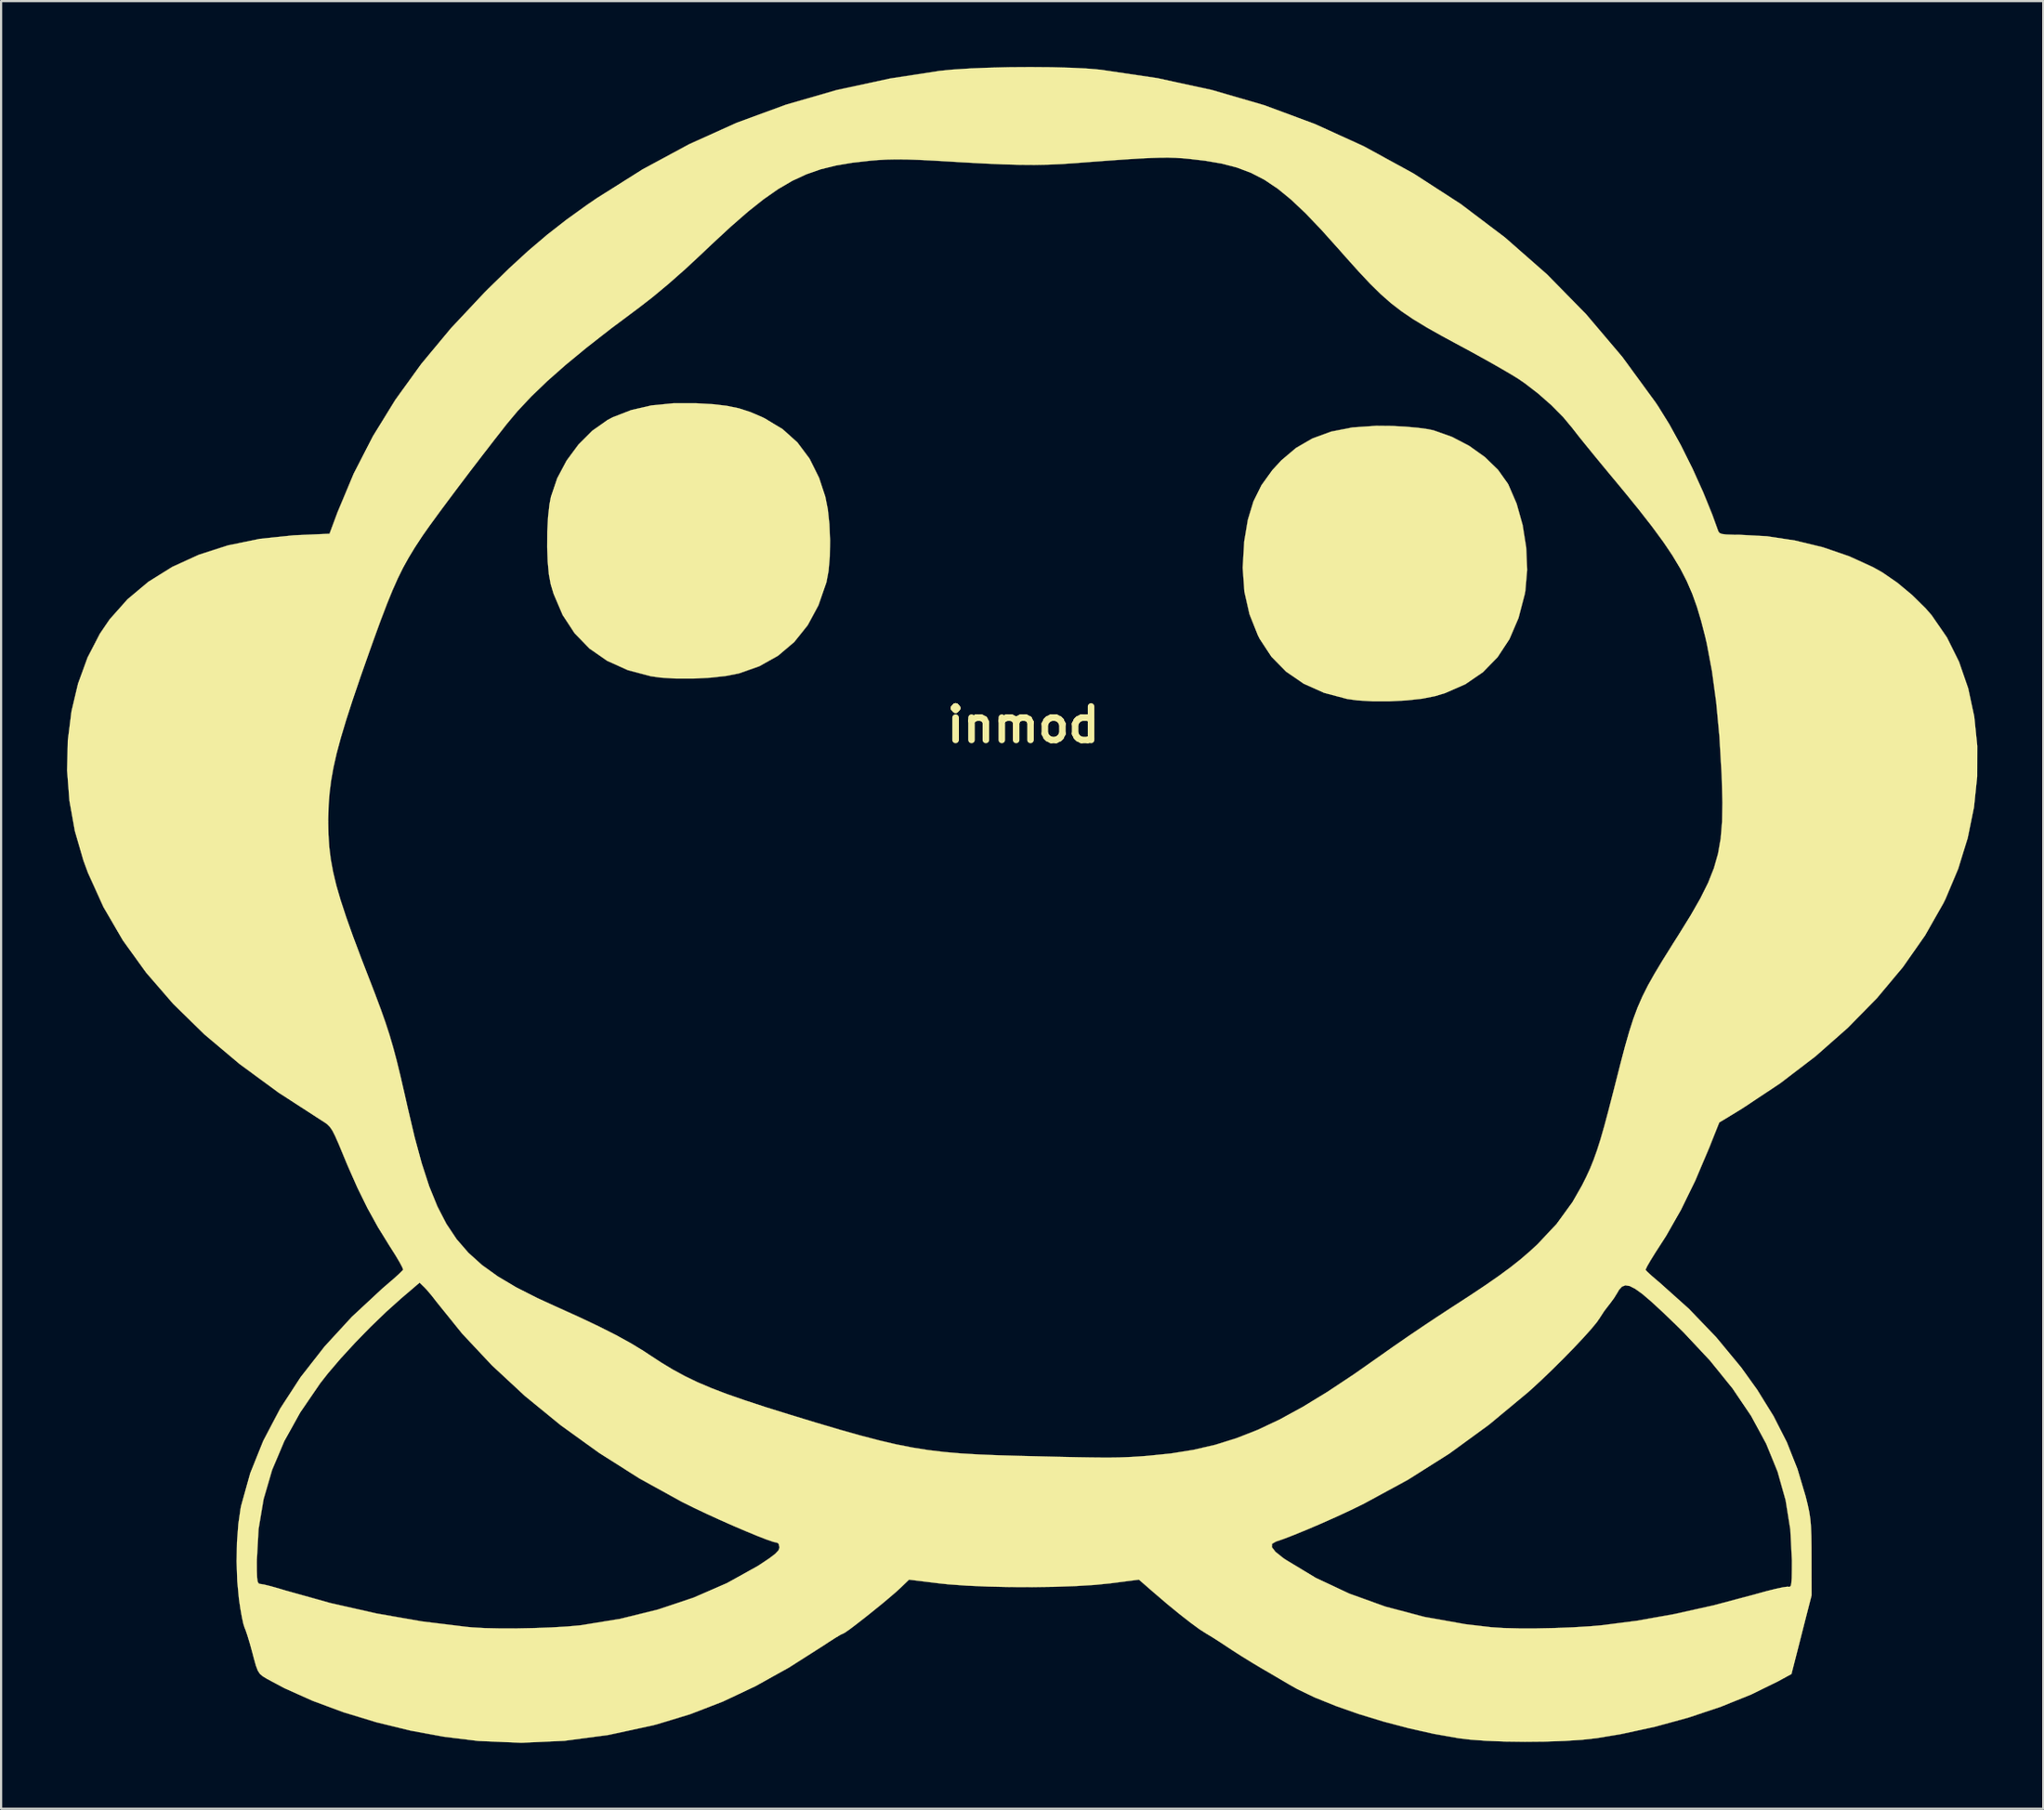
<source format=kicad_pcb>
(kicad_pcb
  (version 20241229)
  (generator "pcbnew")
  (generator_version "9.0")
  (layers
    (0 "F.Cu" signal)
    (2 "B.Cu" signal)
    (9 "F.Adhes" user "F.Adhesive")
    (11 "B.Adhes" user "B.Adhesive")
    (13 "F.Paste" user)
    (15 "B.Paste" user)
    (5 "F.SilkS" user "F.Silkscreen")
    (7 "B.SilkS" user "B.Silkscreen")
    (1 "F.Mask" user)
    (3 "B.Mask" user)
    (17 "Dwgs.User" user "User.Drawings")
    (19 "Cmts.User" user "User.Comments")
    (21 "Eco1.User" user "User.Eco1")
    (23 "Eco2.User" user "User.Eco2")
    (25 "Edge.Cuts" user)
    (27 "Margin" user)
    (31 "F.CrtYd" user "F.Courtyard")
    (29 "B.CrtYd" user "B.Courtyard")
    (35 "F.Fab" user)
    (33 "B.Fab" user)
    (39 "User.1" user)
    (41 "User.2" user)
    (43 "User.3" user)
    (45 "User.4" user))
  (footprint "inmod"
    (layer "F.Cu")
    (at 43.543 29.964)
    (property "Reference" "inmod" (at 0 0 0) (layer "F.SilkS") (effects (font (size 1.524 1.524) (thickness 0.3))))
    (attr through_hole)
    (fp_poly (pts (xy 16.792 -13.613) (xy 17.402 -13.58) (xy 17.961 -13.53) (xy 18.421 -13.467) (xy 18.674 -13.414) (xy 19.516 -13.116) (xy 20.309 -12.701) (xy 21.019 -12.193) (xy 21.612 -11.616) (xy 22.054 -10.996) (xy 22.087 -10.937) (xy 22.461 -10.072) (xy 22.733 -9.1) (xy 22.895 -8.077) (xy 22.939 -7.057) (xy 22.856 -6.097) (xy 22.832 -5.961) (xy 22.546 -4.862) (xy 22.133 -3.901) (xy 21.593 -3.08) (xy 20.925 -2.396) (xy 20.13 -1.851) (xy 19.207 -1.445) (xy 18.75 -1.307) (xy 18.16 -1.19) (xy 17.447 -1.111) (xy 16.675 -1.07) (xy 15.906 -1.07) (xy 15.204 -1.113) (xy 14.746 -1.177) (xy 13.692 -1.457) (xy 12.763 -1.874) (xy 11.963 -2.423) (xy 11.295 -3.104) (xy 10.763 -3.913) (xy 10.682 -4.073) (xy 10.297 -5.04) (xy 10.067 -6.06) (xy 9.989 -7.153) (xy 10.058 -8.345) (xy 10.061 -8.368) (xy 10.223 -9.337) (xy 10.478 -10.173) (xy 10.843 -10.914) (xy 11.336 -11.599) (xy 11.752 -12.05) (xy 12.416 -12.611) (xy 13.165 -13.044) (xy 14.014 -13.354) (xy 14.979 -13.544) (xy 16.075 -13.62) (xy 16.792 -13.613)) (stroke (width 0.01) (type solid)) (fill yes) (layer "F.SilkS"))
    (fp_poly (pts (xy -14.138 -14.603) (xy -13.5 -14.529) (xy -12.947 -14.415) (xy -12.428 -14.247) (xy -11.89 -14.015) (xy -11.778 -13.961) (xy -10.968 -13.474) (xy -10.289 -12.865) (xy -9.734 -12.125) (xy -9.297 -11.245) (xy -9.017 -10.395) (xy -8.902 -9.817) (xy -8.829 -9.131) (xy -8.799 -8.396) (xy -8.811 -7.669) (xy -8.868 -7.01) (xy -8.965 -6.491) (xy -9.327 -5.446) (xy -9.815 -4.54) (xy -10.428 -3.774) (xy -11.164 -3.149) (xy -12.022 -2.667) (xy -12.953 -2.341) (xy -13.543 -2.225) (xy -14.256 -2.145) (xy -15.028 -2.105) (xy -15.797 -2.105) (xy -16.499 -2.148) (xy -16.957 -2.212) (xy -18.016 -2.494) (xy -18.949 -2.915) (xy -19.754 -3.474) (xy -20.429 -4.169) (xy -20.974 -4.999) (xy -21.386 -5.962) (xy -21.517 -6.397) (xy -21.601 -6.849) (xy -21.655 -7.433) (xy -21.679 -8.097) (xy -21.674 -8.787) (xy -21.64 -9.45) (xy -21.576 -10.033) (xy -21.509 -10.385) (xy -21.223 -11.229) (xy -20.795 -12.035) (xy -20.253 -12.768) (xy -19.624 -13.396) (xy -18.934 -13.883) (xy -18.687 -14.012) (xy -17.852 -14.336) (xy -16.938 -14.546) (xy -15.919 -14.646) (xy -14.911 -14.646) (xy -14.138 -14.603)) (stroke (width 0.01) (type solid)) (fill yes) (layer "F.SilkS"))
    (fp_poly (pts (xy 1.251 -29.952) (xy 2.117 -29.93) (xy 2.88 -29.893) (xy 3.499 -29.84) (xy 3.528 -29.837) (xy 6.108 -29.453) (xy 8.586 -28.915) (xy 10.97 -28.222) (xy 13.269 -27.369) (xy 15.495 -26.355) (xy 15.519 -26.343) (xy 17.769 -25.111) (xy 19.909 -23.727) (xy 21.933 -22.196) (xy 23.839 -20.522) (xy 25.619 -18.708) (xy 27.271 -16.76) (xy 28.789 -14.681) (xy 28.908 -14.504) (xy 29.418 -13.681) (xy 29.943 -12.726) (xy 30.461 -11.687) (xy 30.945 -10.617) (xy 31.373 -9.564) (xy 31.642 -8.819) (xy 31.692 -8.742) (xy 31.803 -8.693) (xy 32.011 -8.667) (xy 32.353 -8.656) (xy 32.605 -8.655) (xy 33.858 -8.588) (xy 35.138 -8.395) (xy 36.401 -8.088) (xy 37.6 -7.678) (xy 38.691 -7.179) (xy 39.105 -6.946) (xy 39.781 -6.483) (xy 40.464 -5.916) (xy 41.079 -5.31) (xy 41.36 -4.986) (xy 42.052 -3.982) (xy 42.606 -2.867) (xy 43.022 -1.658) (xy 43.298 -0.374) (xy 43.435 0.967) (xy 43.431 2.348) (xy 43.286 3.752) (xy 42.998 5.159) (xy 42.568 6.553) (xy 41.995 7.915) (xy 41.89 8.129) (xy 41.056 9.597) (xy 40.046 11.04) (xy 38.869 12.446) (xy 37.538 13.804) (xy 36.063 15.104) (xy 34.454 16.334) (xy 32.723 17.483) (xy 32.471 17.638) (xy 31.687 18.113) (xy 31.239 19.24) (xy 30.597 20.755) (xy 29.943 22.095) (xy 29.271 23.274) (xy 29.025 23.658) (xy 28.766 24.058) (xy 28.553 24.404) (xy 28.403 24.665) (xy 28.335 24.81) (xy 28.333 24.827) (xy 28.415 24.918) (xy 28.608 25.095) (xy 28.874 25.324) (xy 28.975 25.408) (xy 30.299 26.594) (xy 31.549 27.896) (xy 32.683 29.267) (xy 33.411 30.282) (xy 34.16 31.49) (xy 34.763 32.675) (xy 35.246 33.892) (xy 35.618 35.137) (xy 35.714 35.525) (xy 35.784 35.857) (xy 35.832 36.175) (xy 35.862 36.525) (xy 35.879 36.948) (xy 35.886 37.489) (xy 35.887 37.912) (xy 35.889 39.652) (xy 35.432 41.443) (xy 34.975 43.235) (xy 34.35 43.575) (xy 33.134 44.171) (xy 31.771 44.721) (xy 30.301 45.214) (xy 28.763 45.636) (xy 27.196 45.975) (xy 26.106 46.157) (xy 25.439 46.231) (xy 24.642 46.283) (xy 23.759 46.314) (xy 22.838 46.323) (xy 21.927 46.311) (xy 21.071 46.277) (xy 20.317 46.221) (xy 19.821 46.16) (xy 18.698 45.961) (xy 17.544 45.703) (xy 16.391 45.398) (xy 15.273 45.057) (xy 14.225 44.689) (xy 13.279 44.307) (xy 12.47 43.919) (xy 12.115 43.719) (xy 11.883 43.582) (xy 11.542 43.382) (xy 11.146 43.15) (xy 10.892 43.002) (xy 10.433 42.729) (xy 9.946 42.428) (xy 9.508 42.149) (xy 9.348 42.042) (xy 8.988 41.804) (xy 8.64 41.582) (xy 8.369 41.417) (xy 8.327 41.393) (xy 8.024 41.198) (xy 7.61 40.895) (xy 7.11 40.504) (xy 6.549 40.045) (xy 5.955 39.537) (xy 5.948 39.531) (xy 5.264 38.936) (xy 3.973 39.103) (xy 3.259 39.175) (xy 2.4 39.228) (xy 1.439 39.262) (xy 0.419 39.277) (xy -0.619 39.273) (xy -1.63 39.251) (xy -2.574 39.21) (xy -3.407 39.15) (xy -3.848 39.103) (xy -5.204 38.936) (xy -5.589 39.309) (xy -5.809 39.509) (xy -6.115 39.772) (xy -6.476 40.073) (xy -6.866 40.389) (xy -7.253 40.697) (xy -7.61 40.975) (xy -7.907 41.199) (xy -8.116 41.345) (xy -8.204 41.393) (xy -8.312 41.442) (xy -8.538 41.576) (xy -8.847 41.772) (xy -9.105 41.943) (xy -10.678 42.944) (xy -12.196 43.789) (xy -13.687 44.493) (xy -15.18 45.069) (xy -16.704 45.531) (xy -16.886 45.578) (xy -18.915 46.015) (xy -20.897 46.278) (xy -22.852 46.367) (xy -24.798 46.285) (xy -24.861 46.279) (xy -26.377 46.093) (xy -27.922 45.807) (xy -29.458 45.431) (xy -30.948 44.978) (xy -32.355 44.457) (xy -33.64 43.881) (xy -34.431 43.459) (xy -34.623 43.343) (xy -34.756 43.232) (xy -34.854 43.083) (xy -34.941 42.855) (xy -35.039 42.507) (xy -35.099 42.277) (xy -35.214 41.859) (xy -35.324 41.492) (xy -35.414 41.226) (xy -35.454 41.132) (xy -35.51 40.959) (xy -35.579 40.646) (xy -35.651 40.237) (xy -35.713 39.819) (xy -35.79 39.006) (xy -35.82 38.125) (xy -35.819 38.076) (xy -34.9 38.076) (xy -34.898 38.536) (xy -34.888 38.84) (xy -34.864 39.02) (xy -34.82 39.107) (xy -34.753 39.134) (xy -34.725 39.135) (xy -34.564 39.162) (xy -34.271 39.234) (xy -33.893 39.34) (xy -33.62 39.422) (xy -31.574 39.996) (xy -29.471 40.473) (xy -27.371 40.841) (xy -25.335 41.089) (xy -25.077 41.112) (xy -24.519 41.143) (xy -23.827 41.158) (xy -23.052 41.157) (xy -22.248 41.141) (xy -21.467 41.112) (xy -20.761 41.071) (xy -20.182 41.019) (xy -20.132 41.013) (xy -18.356 40.722) (xy -16.642 40.3) (xy -15.015 39.756) (xy -13.499 39.096) (xy -12.116 38.329) (xy -11.958 38.228) (xy -11.554 37.958) (xy -11.292 37.757) (xy -11.149 37.604) (xy -11.102 37.478) (xy -11.101 37.465) (xy -11.103 37.459) (xy 11.317 37.459) (xy 11.48 37.669) (xy 11.817 37.94) (xy 11.924 38.015) (xy 13.316 38.855) (xy 14.844 39.573) (xy 16.497 40.168) (xy 18.265 40.634) (xy 20.136 40.968) (xy 21.308 41.104) (xy 21.87 41.14) (xy 22.572 41.157) (xy 23.365 41.157) (xy 24.201 41.14) (xy 25.032 41.108) (xy 25.811 41.061) (xy 26.341 41.015) (xy 27.94 40.809) (xy 29.651 40.503) (xy 31.433 40.106) (xy 33.242 39.625) (xy 33.344 39.596) (xy 33.824 39.463) (xy 34.25 39.357) (xy 34.584 39.286) (xy 34.79 39.258) (xy 34.826 39.261) (xy 34.894 39.266) (xy 34.942 39.22) (xy 34.971 39.095) (xy 34.988 38.863) (xy 34.994 38.494) (xy 34.996 38.056) (xy 34.925 36.665) (xy 34.71 35.324) (xy 34.344 34.02) (xy 33.822 32.743) (xy 33.139 31.481) (xy 32.289 30.224) (xy 31.266 28.959) (xy 30.064 27.676) (xy 29.708 27.324) (xy 29.089 26.73) (xy 28.584 26.264) (xy 28.178 25.919) (xy 27.857 25.688) (xy 27.607 25.561) (xy 27.411 25.531) (xy 27.257 25.59) (xy 27.128 25.73) (xy 27.049 25.866) (xy 26.895 26.115) (xy 26.693 26.389) (xy 26.656 26.435) (xy 26.45 26.703) (xy 26.275 26.97) (xy 26.252 27.01) (xy 26.103 27.224) (xy 25.838 27.542) (xy 25.48 27.94) (xy 25.054 28.392) (xy 24.582 28.876) (xy 24.087 29.367) (xy 23.593 29.842) (xy 23.122 30.276) (xy 22.979 30.403) (xy 21.201 31.88) (xy 19.394 33.198) (xy 17.516 34.384) (xy 15.525 35.467) (xy 15.404 35.528) (xy 14.839 35.802) (xy 14.209 36.094) (xy 13.553 36.385) (xy 12.912 36.66) (xy 12.324 36.9) (xy 11.831 37.089) (xy 11.501 37.202) (xy 11.324 37.305) (xy 11.317 37.459) (xy -11.103 37.459) (xy -11.142 37.3) (xy -11.211 37.253) (xy -11.383 37.215) (xy -11.696 37.106) (xy -12.123 36.941) (xy -12.635 36.73) (xy -13.206 36.485) (xy -13.806 36.22) (xy -14.408 35.944) (xy -14.983 35.672) (xy -15.504 35.414) (xy -15.569 35.381) (xy -17.477 34.328) (xy -19.313 33.164) (xy -21.058 31.907) (xy -22.692 30.572) (xy -24.197 29.174) (xy -25.552 27.729) (xy -26.717 26.284) (xy -26.941 25.996) (xy -27.159 25.738) (xy -27.267 25.624) (xy -27.488 25.409) (xy -28.349 26.145) (xy -29.016 26.744) (xy -29.719 27.422) (xy -30.419 28.14) (xy -31.077 28.857) (xy -31.654 29.532) (xy -32.018 29.997) (xy -32.922 31.32) (xy -33.648 32.627) (xy -34.202 33.936) (xy -34.591 35.265) (xy -34.821 36.633) (xy -34.9 38.058) (xy -34.9 38.076) (xy -35.819 38.076) (xy -35.803 37.236) (xy -35.741 36.4) (xy -35.636 35.677) (xy -35.613 35.568) (xy -35.2 34.088) (xy -34.606 32.611) (xy -33.838 31.149) (xy -32.905 29.713) (xy -31.813 28.315) (xy -30.571 26.964) (xy -29.184 25.674) (xy -28.975 25.495) (xy -28.671 25.233) (xy -28.425 25.011) (xy -28.272 24.861) (xy -28.237 24.818) (xy -28.274 24.713) (xy -28.396 24.483) (xy -28.586 24.163) (xy -28.826 23.782) (xy -28.861 23.728) (xy -29.381 22.887) (xy -29.858 22.024) (xy -30.317 21.091) (xy -30.781 20.039) (xy -30.958 19.614) (xy -31.167 19.107) (xy -31.327 18.743) (xy -31.455 18.49) (xy -31.573 18.316) (xy -31.699 18.19) (xy -31.855 18.081) (xy -31.953 18.02) (xy -33.914 16.75) (xy -35.692 15.444) (xy -37.289 14.099) (xy -38.704 12.714) (xy -39.94 11.287) (xy -40.999 9.817) (xy -41.881 8.302) (xy -42.588 6.741) (xy -42.795 6.18) (xy -43.185 4.834) (xy -43.259 4.421) (xy -31.649 4.421) (xy -31.638 5.006) (xy -31.602 5.564) (xy -31.534 6.12) (xy -31.428 6.695) (xy -31.28 7.313) (xy -31.082 7.995) (xy -30.829 8.765) (xy -30.516 9.645) (xy -30.135 10.658) (xy -29.815 11.488) (xy -29.511 12.273) (xy -29.259 12.947) (xy -29.047 13.547) (xy -28.862 14.112) (xy -28.695 14.682) (xy -28.532 15.294) (xy -28.362 15.988) (xy -28.174 16.803) (xy -28.037 17.412) (xy -27.715 18.779) (xy -27.391 19.977) (xy -27.05 21.023) (xy -26.68 21.935) (xy -26.268 22.732) (xy -25.8 23.432) (xy -25.262 24.052) (xy -24.641 24.611) (xy -23.923 25.126) (xy -23.096 25.617) (xy -22.145 26.101) (xy -21.291 26.493) (xy -20.221 26.977) (xy -19.307 27.411) (xy -18.527 27.806) (xy -17.859 28.174) (xy -17.28 28.527) (xy -17.063 28.67) (xy -16.502 29.038) (xy -15.962 29.365) (xy -15.418 29.661) (xy -14.843 29.939) (xy -14.213 30.208) (xy -13.502 30.48) (xy -12.684 30.766) (xy -11.733 31.077) (xy -10.677 31.407) (xy -9.448 31.782) (xy -8.37 32.102) (xy -7.417 32.371) (xy -6.563 32.594) (xy -5.78 32.776) (xy -5.043 32.922) (xy -4.324 33.036) (xy -3.597 33.123) (xy -2.836 33.189) (xy -2.013 33.237) (xy -1.103 33.273) (xy -0.188 33.299) (xy 0.852 33.324) (xy 1.725 33.345) (xy 2.454 33.36) (xy 3.059 33.37) (xy 3.562 33.375) (xy 3.985 33.375) (xy 4.35 33.37) (xy 4.677 33.359) (xy 4.989 33.344) (xy 5.307 33.324) (xy 5.644 33.299) (xy 6.723 33.19) (xy 7.745 33.025) (xy 8.73 32.797) (xy 9.701 32.495) (xy 10.678 32.111) (xy 11.681 31.637) (xy 12.732 31.062) (xy 13.852 30.378) (xy 15.061 29.576) (xy 16.322 28.69) (xy 16.859 28.311) (xy 17.501 27.868) (xy 18.195 27.398) (xy 18.886 26.938) (xy 19.52 26.524) (xy 20.367 25.974) (xy 21.077 25.5) (xy 21.674 25.084) (xy 22.185 24.707) (xy 22.633 24.351) (xy 23.045 23.998) (xy 23.405 23.666) (xy 24.279 22.737) (xy 25.002 21.741) (xy 25.437 20.979) (xy 25.633 20.586) (xy 25.807 20.207) (xy 25.966 19.815) (xy 26.121 19.382) (xy 26.279 18.882) (xy 26.45 18.288) (xy 26.642 17.573) (xy 26.864 16.711) (xy 26.949 16.376) (xy 27.189 15.433) (xy 27.397 14.642) (xy 27.588 13.972) (xy 27.775 13.391) (xy 27.97 12.869) (xy 28.186 12.374) (xy 28.437 11.876) (xy 28.736 11.343) (xy 29.096 10.744) (xy 29.53 10.048) (xy 29.821 9.588) (xy 30.377 8.691) (xy 30.826 7.906) (xy 31.178 7.198) (xy 31.444 6.531) (xy 31.632 5.868) (xy 31.753 5.174) (xy 31.816 4.413) (xy 31.83 3.548) (xy 31.806 2.545) (xy 31.794 2.24) (xy 31.695 0.539) (xy 31.549 -1.026) (xy 31.357 -2.441) (xy 31.121 -3.691) (xy 31.046 -4.018) (xy 30.864 -4.726) (xy 30.672 -5.369) (xy 30.457 -5.969) (xy 30.208 -6.545) (xy 29.911 -7.12) (xy 29.556 -7.713) (xy 29.129 -8.347) (xy 28.618 -9.041) (xy 28.011 -9.818) (xy 27.296 -10.698) (xy 26.778 -11.322) (xy 26.351 -11.836) (xy 25.944 -12.332) (xy 25.579 -12.78) (xy 25.278 -13.154) (xy 25.066 -13.425) (xy 25.001 -13.511) (xy 24.585 -14.011) (xy 24.052 -14.55) (xy 23.45 -15.081) (xy 22.832 -15.558) (xy 22.541 -15.757) (xy 22.223 -15.953) (xy 21.777 -16.215) (xy 21.242 -16.52) (xy 20.655 -16.847) (xy 20.055 -17.173) (xy 19.922 -17.244) (xy 19.073 -17.703) (xy 18.36 -18.105) (xy 17.754 -18.473) (xy 17.225 -18.831) (xy 16.741 -19.204) (xy 16.273 -19.616) (xy 15.79 -20.091) (xy 15.263 -20.653) (xy 14.66 -21.325) (xy 14.36 -21.665) (xy 13.563 -22.554) (xy 12.848 -23.302) (xy 12.194 -23.92) (xy 11.578 -24.424) (xy 10.977 -24.826) (xy 10.37 -25.14) (xy 9.733 -25.38) (xy 9.044 -25.56) (xy 8.281 -25.692) (xy 7.557 -25.777) (xy 7.242 -25.806) (xy 6.932 -25.825) (xy 6.605 -25.834) (xy 6.238 -25.832) (xy 5.809 -25.819) (xy 5.296 -25.794) (xy 4.675 -25.755) (xy 3.926 -25.702) (xy 3.025 -25.635) (xy 2.399 -25.586) (xy 1.759 -25.542) (xy 1.138 -25.514) (xy 0.506 -25.502) (xy -0.171 -25.507) (xy -0.926 -25.528) (xy -1.79 -25.566) (xy -2.796 -25.621) (xy -3.246 -25.649) (xy -4.081 -25.698) (xy -4.762 -25.732) (xy -5.324 -25.751) (xy -5.798 -25.755) (xy -6.22 -25.746) (xy -6.623 -25.723) (xy -6.961 -25.695) (xy -7.791 -25.6) (xy -8.539 -25.473) (xy -9.229 -25.302) (xy -9.88 -25.075) (xy -10.515 -24.78) (xy -11.156 -24.406) (xy -11.823 -23.94) (xy -12.538 -23.372) (xy -13.322 -22.688) (xy -14.197 -21.878) (xy -14.604 -21.49) (xy -15.38 -20.767) (xy -16.16 -20.079) (xy -16.902 -19.462) (xy -17.534 -18.974) (xy -18.787 -18.038) (xy -19.887 -17.178) (xy -20.849 -16.385) (xy -21.685 -15.646) (xy -22.409 -14.948) (xy -23.034 -14.282) (xy -23.53 -13.688) (xy -24.062 -13.008) (xy -24.614 -12.294) (xy -25.168 -11.571) (xy -25.705 -10.862) (xy -26.207 -10.192) (xy -26.656 -9.586) (xy -27.032 -9.069) (xy -27.318 -8.665) (xy -27.404 -8.538) (xy -27.714 -8.062) (xy -27.988 -7.611) (xy -28.239 -7.157) (xy -28.479 -6.673) (xy -28.719 -6.132) (xy -28.974 -5.507) (xy -29.255 -4.771) (xy -29.573 -3.897) (xy -29.756 -3.387) (xy -30.179 -2.183) (xy -30.536 -1.132) (xy -30.833 -0.215) (xy -31.075 0.592) (xy -31.267 1.307) (xy -31.413 1.953) (xy -31.519 2.55) (xy -31.59 3.119) (xy -31.632 3.681) (xy -31.648 4.257) (xy -31.649 4.421) (xy -43.259 4.421) (xy -43.432 3.46) (xy -43.538 2.08) (xy -43.506 0.715) (xy -43.339 -0.613) (xy -43.038 -1.88) (xy -42.606 -3.066) (xy -42.046 -4.147) (xy -41.6 -4.803) (xy -40.788 -5.718) (xy -39.835 -6.516) (xy -38.747 -7.194) (xy -37.535 -7.748) (xy -36.206 -8.175) (xy -34.768 -8.47) (xy -33.232 -8.629) (xy -32.987 -8.641) (xy -31.59 -8.702) (xy -31.221 -9.69) (xy -30.488 -11.442) (xy -29.615 -13.143) (xy -28.591 -14.805) (xy -27.409 -16.442) (xy -26.058 -18.067) (xy -24.53 -19.695) (xy -24.372 -19.854) (xy -23.422 -20.781) (xy -22.539 -21.592) (xy -21.681 -22.321) (xy -20.805 -23.005) (xy -19.868 -23.68) (xy -19.426 -23.983) (xy -17.341 -25.297) (xy -15.223 -26.441) (xy -13.054 -27.421) (xy -10.818 -28.242) (xy -8.499 -28.912) (xy -6.079 -29.435) (xy -3.81 -29.786) (xy -3.188 -29.848) (xy -2.423 -29.896) (xy -1.555 -29.931) (xy -0.626 -29.953) (xy 0.323 -29.959) (xy 1.251 -29.952)) (stroke (width 0.01) (type solid)) (fill yes) (layer "F.SilkS")))
  (gr_rect
    (start -3 -3)
    (end 89.983 79.336)
    (stroke (width 0.1) (type default))
    (fill no)
    (layer "Edge.Cuts")))
</source>
